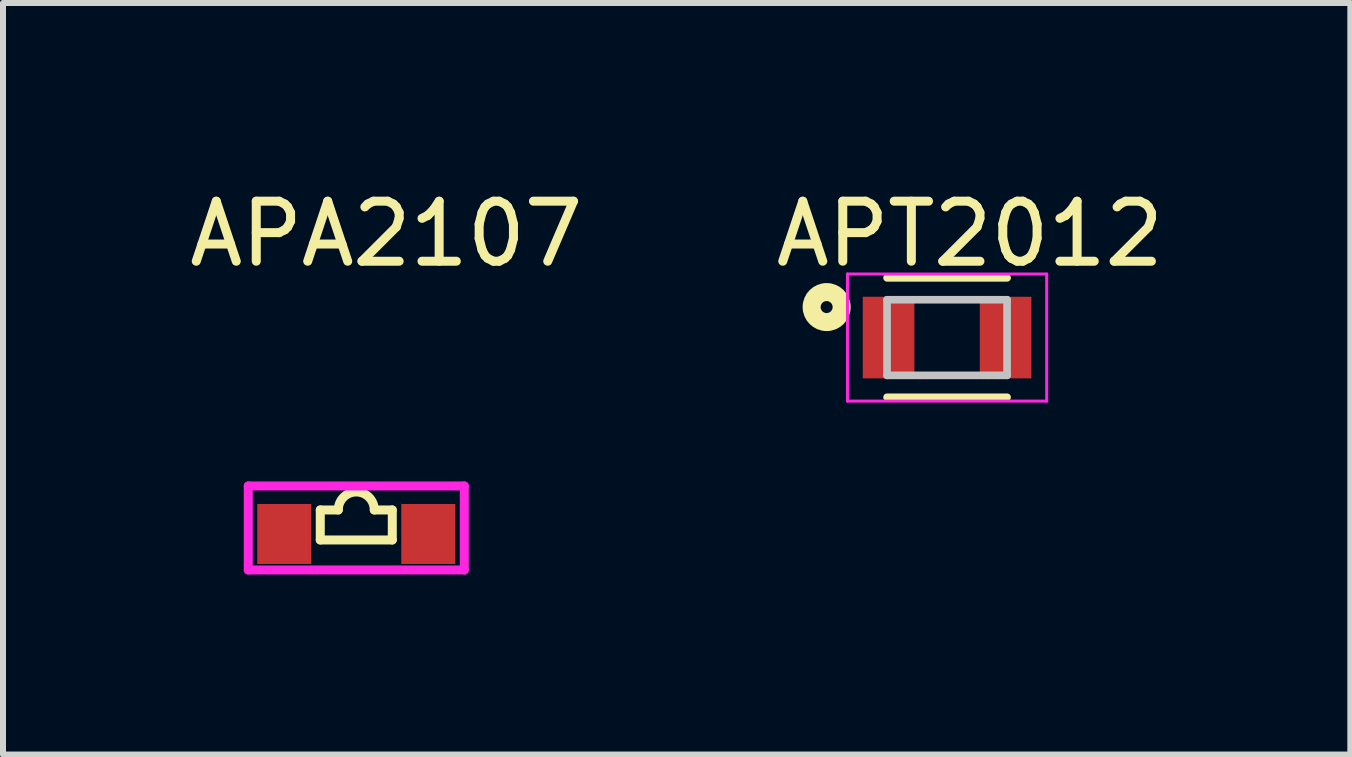
<source format=kicad_pcb>
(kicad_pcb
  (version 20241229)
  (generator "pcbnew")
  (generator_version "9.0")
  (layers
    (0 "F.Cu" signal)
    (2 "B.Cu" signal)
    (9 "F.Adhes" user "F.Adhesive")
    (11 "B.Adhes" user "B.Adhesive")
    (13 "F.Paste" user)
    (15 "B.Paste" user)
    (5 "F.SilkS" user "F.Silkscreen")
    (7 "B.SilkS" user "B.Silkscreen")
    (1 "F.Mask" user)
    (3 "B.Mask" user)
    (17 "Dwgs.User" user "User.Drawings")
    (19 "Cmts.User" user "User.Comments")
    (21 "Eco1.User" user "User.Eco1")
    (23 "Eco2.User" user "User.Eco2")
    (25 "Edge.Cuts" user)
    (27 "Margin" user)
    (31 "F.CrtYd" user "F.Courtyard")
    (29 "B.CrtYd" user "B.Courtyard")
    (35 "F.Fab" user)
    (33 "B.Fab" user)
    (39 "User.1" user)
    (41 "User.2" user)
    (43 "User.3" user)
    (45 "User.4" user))
  (footprint "APA2107"
    (layer "F.Cu")
    (at 2.887 5.848)
    (property "Reference" "APA2107" (at 0.5 -5 0) (layer "F.SilkS") (effects (font (size 1 1) (thickness 0.15))))
    (attr through_hole)
    (fp_line (start -0.6 -0.4) (end -0.6 0.1) (stroke (width 0.15) (type solid)) (layer "F.SilkS"))
    (fp_line (start -0.6 0.1) (end 0.6 0.1) (stroke (width 0.15) (type solid)) (layer "F.SilkS"))
    (fp_line (start -0.3 -0.4) (end -0.6 -0.4) (stroke (width 0.15) (type solid)) (layer "F.SilkS"))
    (fp_line (start 0.3 -0.4) (end 0.6 -0.4) (stroke (width 0.15) (type solid)) (layer "F.SilkS"))
    (fp_line (start 0.6 0.1) (end 0.6 -0.4) (stroke (width 0.15) (type solid)) (layer "F.SilkS"))
    (fp_arc (start -0.3 -0.4) (mid 0 -0.7) (end 0.3 -0.4) (stroke (width 0.15) (type solid)) (layer "F.SilkS"))
    (fp_line (start -1.8 -0.8) (end 1.8 -0.8) (stroke (width 0.15) (type solid)) (layer "F.CrtYd"))
    (fp_line (start -1.8 0.6) (end -1.8 -0.8) (stroke (width 0.15) (type solid)) (layer "F.CrtYd"))
    (fp_line (start 1.8 -0.8) (end 1.8 0.6) (stroke (width 0.15) (type solid)) (layer "F.CrtYd"))
    (fp_line (start 1.8 0.6) (end -1.8 0.6) (stroke (width 0.15) (type solid)) (layer "F.CrtYd"))
    (pad "1" smd rect (at -1.2 0) (size 0.9 1) (layers "F.Cu" "F.Mask" "F.Paste"))
    (pad "2" smd rect (at 1.2 0) (size 0.9 1) (layers "F.Cu" "F.Mask" "F.Paste")))
  (footprint "APT2012"
    (layer "F.Cu")
    (at 12.732 2.575)
    (property "Reference" "APT2012" (at 0.381 -1.727 0) (layer "F.SilkS") (effects (font (size 1 1) (thickness 0.15))))
    (attr smd)
    (fp_line (start -1 -0.995) (end 1 -0.995) (stroke (width 0.127) (type solid)) (layer "F.SilkS"))
    (fp_line (start -1 0.995) (end 1 0.995) (stroke (width 0.127) (type solid)) (layer "F.SilkS"))
    (fp_circle (center -2.007 -0.508) (end -1.907 -0.508) (stroke (width 0.3) (type solid)) (fill no) (layer "F.SilkS"))
    (fp_line (start -1 -0.63) (end 1 -0.63) (stroke (width 0.127) (type solid)) (layer "Dwgs.User"))
    (fp_line (start -1 0.63) (end -1 -0.63) (stroke (width 0.127) (type solid)) (layer "Dwgs.User"))
    (fp_line (start 1 -0.63) (end 1 0.63) (stroke (width 0.127) (type solid)) (layer "Dwgs.User"))
    (fp_line (start 1 0.63) (end -1 0.63) (stroke (width 0.127) (type solid)) (layer "Dwgs.User"))
    (fp_line (start -1.66 -1.059) (end 1.66 -1.059) (stroke (width 0.05) (type solid)) (layer "F.CrtYd"))
    (fp_line (start -1.66 1.059) (end -1.66 -1.059) (stroke (width 0.05) (type solid)) (layer "F.CrtYd"))
    (fp_line (start 1.66 -1.059) (end 1.66 1.059) (stroke (width 0.05) (type solid)) (layer "F.CrtYd"))
    (fp_line (start 1.66 1.059) (end -1.66 1.059) (stroke (width 0.05) (type solid)) (layer "F.CrtYd"))
    (pad "1" smd rect (at -0.975 0) (size 0.86 1.36) (layers "F.Cu" "F.Mask" "F.Paste"))
    (pad "2" smd rect (at 0.975 0) (size 0.86 1.36) (layers "F.Cu" "F.Mask" "F.Paste")))
  (gr_rect
    (start -3 -3)
    (end 19.452 9.523)
    (stroke (width 0.1) (type default))
    (fill no)
    (layer "Edge.Cuts")))
</source>
